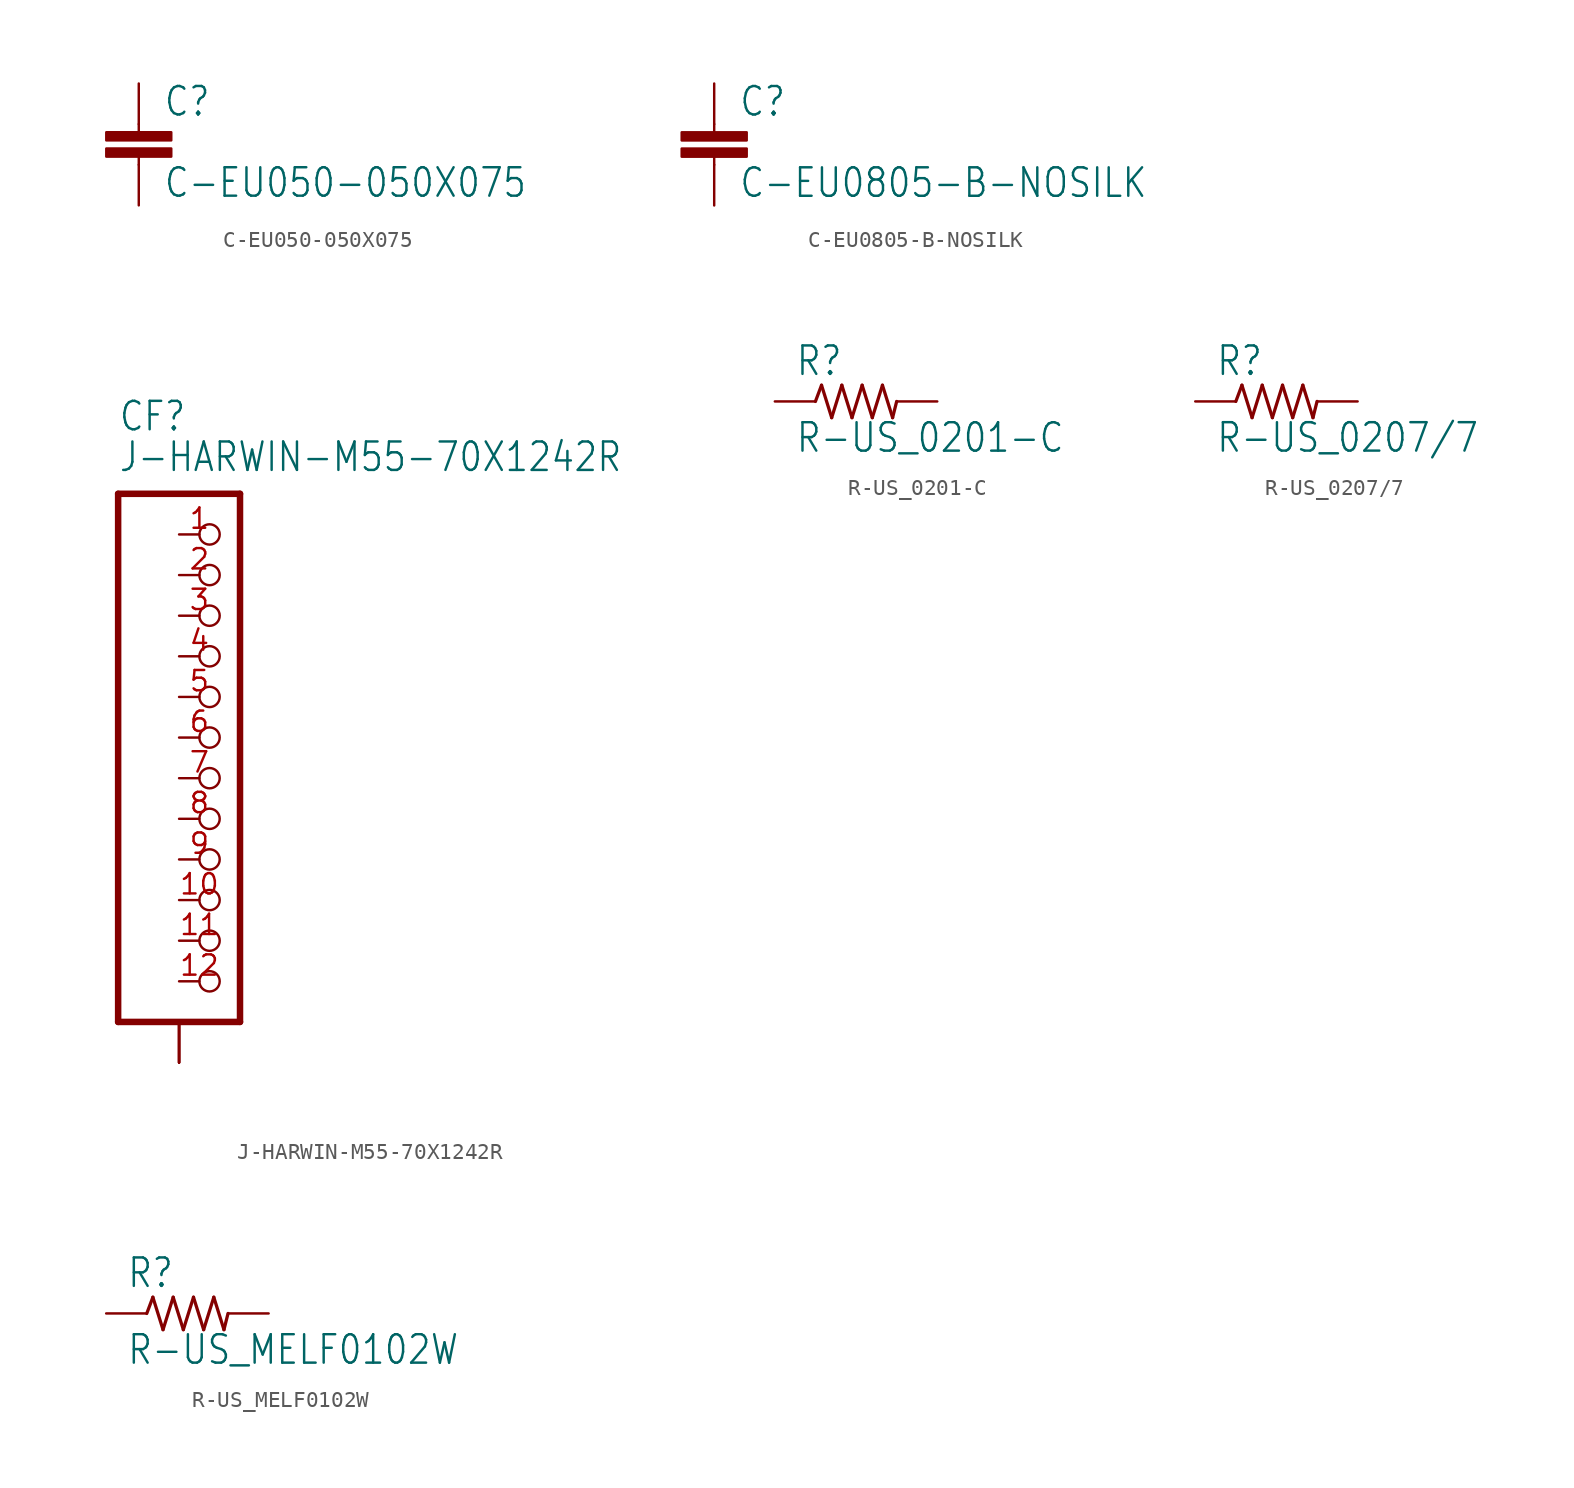
<source format=kicad_sym>
(kicad_symbol_lib
  (version 20220914)
  (generator kicad_symbol_editor)
  (symbol "C-EU050-050X075"
    (property "Reference" "C"
      (at 1.524 0.381 0)
      (effects (font (size 1.778 1.511)) (justify left bottom)))
    (property "Value" "C-EU050-050X075"
      (at 1.524 -4.699 0)
      (effects (font (size 1.778 1.511)) (justify left bottom)))
    (property "ki_locked" ""
      (at 0 0 0)
      (effects (font (size 1.27 1.27))))
    (symbol "C-EU050-050X075_1_0"
      (rectangle (start -2.032 -2.032) (end 2.032 -1.524) (stroke (width 0) (type default)) (fill (type outline)))
      (rectangle (start -2.032 -1.016) (end 2.032 -0.508) (stroke (width 0) (type default)) (fill (type outline)))
      (polyline (pts (xy 0 -2.54) (xy 0 -2.032)) (stroke (width 0.152) (type default)) (fill (type none)))
      (polyline (pts (xy 0 0) (xy 0 -0.508)) (stroke (width 0.152) (type default)) (fill (type none)))
      (pin passive line (at 0 2.54 270) (length 2.54) (name "1" (effects (font (size 0 0)))) (number "1" (effects (font (size 0 0)))))
      (pin passive line (at 0 -5.08 90) (length 2.54) (name "2" (effects (font (size 0 0)))) (number "2" (effects (font (size 0 0)))))))
  (symbol "C-EU0805-B-NOSILK"
    (property "Reference" "C"
      (at 1.524 0.381 0)
      (effects (font (size 1.778 1.511)) (justify left bottom)))
    (property "Value" "C-EU0805-B-NOSILK"
      (at 1.524 -4.699 0)
      (effects (font (size 1.778 1.511)) (justify left bottom)))
    (property "ki_locked" ""
      (at 0 0 0)
      (effects (font (size 1.27 1.27))))
    (symbol "C-EU0805-B-NOSILK_1_0"
      (rectangle (start -2.032 -2.032) (end 2.032 -1.524) (stroke (width 0) (type default)) (fill (type outline)))
      (rectangle (start -2.032 -1.016) (end 2.032 -0.508) (stroke (width 0) (type default)) (fill (type outline)))
      (polyline (pts (xy 0 -2.54) (xy 0 -2.032)) (stroke (width 0.152) (type default)) (fill (type none)))
      (polyline (pts (xy 0 0) (xy 0 -0.508)) (stroke (width 0.152) (type default)) (fill (type none)))
      (pin passive line (at 0 2.54 270) (length 2.54) (name "1" (effects (font (size 0 0)))) (number "1" (effects (font (size 0 0)))))
      (pin passive line (at 0 -5.08 90) (length 2.54) (name "2" (effects (font (size 0 0)))) (number "2" (effects (font (size 0 0)))))))
  (symbol "J-HARWIN-M55-70X1242R"
    (property "Reference" "CF"
      (at -6.35 19.05 0)
      (effects (font (size 1.778 1.511)) (justify left bottom)))
    (property "Value" "J-HARWIN-M55-70X1242R"
      (at -6.35 16.51 0)
      (effects (font (size 1.778 1.511)) (justify left bottom)))
    (property "ki_locked" ""
      (at 0 0 0)
      (effects (font (size 1.27 1.27))))
    (symbol "J-HARWIN-M55-70X1242R_1_0"
      (polyline (pts (xy -6.35 -17.78) (xy 1.27 -17.78)) (stroke (width 0.406) (type default)) (fill (type none)))
      (polyline (pts (xy -6.35 15.24) (xy -6.35 -17.78)) (stroke (width 0.406) (type default)) (fill (type none)))
      (polyline (pts (xy 1.27 -17.78) (xy 1.27 15.24)) (stroke (width 0.406) (type default)) (fill (type none)))
      (polyline (pts (xy 1.27 15.24) (xy -6.35 15.24)) (stroke (width 0.406) (type default)) (fill (type none)))
      (pin passive inverted (at -2.54 12.7 0) (length 2.54) (name "1" (effects (font (size 0 0)))) (number "1" (effects (font (size 1.27 1.27)))))
      (pin passive inverted (at -2.54 -10.16 0) (length 2.54) (name "10" (effects (font (size 0 0)))) (number "10" (effects (font (size 1.27 1.27)))))
      (pin passive inverted (at -2.54 -12.7 0) (length 2.54) (name "11" (effects (font (size 0 0)))) (number "11" (effects (font (size 1.27 1.27)))))
      (pin passive inverted (at -2.54 -15.24 0) (length 2.54) (name "12" (effects (font (size 0 0)))) (number "12" (effects (font (size 1.27 1.27)))))
      (pin passive inverted (at -2.54 10.16 0) (length 2.54) (name "2" (effects (font (size 0 0)))) (number "2" (effects (font (size 1.27 1.27)))))
      (pin passive inverted (at -2.54 7.62 0) (length 2.54) (name "3" (effects (font (size 0 0)))) (number "3" (effects (font (size 1.27 1.27)))))
      (pin passive inverted (at -2.54 5.08 0) (length 2.54) (name "4" (effects (font (size 0 0)))) (number "4" (effects (font (size 1.27 1.27)))))
      (pin passive inverted (at -2.54 2.54 0) (length 2.54) (name "5" (effects (font (size 0 0)))) (number "5" (effects (font (size 1.27 1.27)))))
      (pin passive inverted (at -2.54 0 0) (length 2.54) (name "6" (effects (font (size 0 0)))) (number "6" (effects (font (size 1.27 1.27)))))
      (pin passive inverted (at -2.54 -2.54 0) (length 2.54) (name "7" (effects (font (size 0 0)))) (number "7" (effects (font (size 1.27 1.27)))))
      (pin passive inverted (at -2.54 -5.08 0) (length 2.54) (name "8" (effects (font (size 0 0)))) (number "8" (effects (font (size 1.27 1.27)))))
      (pin passive inverted (at -2.54 -7.62 0) (length 2.54) (name "9" (effects (font (size 0 0)))) (number "9" (effects (font (size 1.27 1.27)))))
      (pin passive line (at -2.54 -20.32 90) (length 2.54) (name "SHIELDS" (effects (font (size 0 0)))) (number "P$1" (effects (font (size 0 0)))))
      (pin passive line (at -2.54 -20.32 90) (length 2.54) (name "SHIELDS" (effects (font (size 0 0)))) (number "P$2" (effects (font (size 0 0)))))
      (pin passive line (at -2.54 -20.32 90) (length 2.54) (name "SHIELDS" (effects (font (size 0 0)))) (number "P$3" (effects (font (size 0 0)))))
      (pin passive line (at -2.54 -20.32 90) (length 2.54) (name "SHIELDS" (effects (font (size 0 0)))) (number "P$4" (effects (font (size 0 0)))))))
  (symbol "R-US_0201-C"
    (property "Reference" "R"
      (at -3.81 1.499 0)
      (effects (font (size 1.778 1.511)) (justify left bottom)))
    (property "Value" "R-US_0201-C"
      (at -3.81 -3.302 0)
      (effects (font (size 1.778 1.511)) (justify left bottom)))
    (property "ki_locked" ""
      (at 0 0 0)
      (effects (font (size 1.27 1.27))))
    (symbol "R-US_0201-C_1_0"
      (polyline (pts (xy -2.54 0) (xy -2.159 1.016)) (stroke (width 0.203) (type default)) (fill (type none)))
      (polyline (pts (xy -2.159 1.016) (xy -1.524 -1.016)) (stroke (width 0.203) (type default)) (fill (type none)))
      (polyline (pts (xy -1.524 -1.016) (xy -0.889 1.016)) (stroke (width 0.203) (type default)) (fill (type none)))
      (polyline (pts (xy -0.889 1.016) (xy -0.254 -1.016)) (stroke (width 0.203) (type default)) (fill (type none)))
      (polyline (pts (xy -0.254 -1.016) (xy 0.381 1.016)) (stroke (width 0.203) (type default)) (fill (type none)))
      (polyline (pts (xy 0.381 1.016) (xy 1.016 -1.016)) (stroke (width 0.203) (type default)) (fill (type none)))
      (polyline (pts (xy 1.016 -1.016) (xy 1.651 1.016)) (stroke (width 0.203) (type default)) (fill (type none)))
      (polyline (pts (xy 1.651 1.016) (xy 2.286 -1.016)) (stroke (width 0.203) (type default)) (fill (type none)))
      (polyline (pts (xy 2.286 -1.016) (xy 2.54 0)) (stroke (width 0.203) (type default)) (fill (type none)))
      (pin passive line (at -5.08 0 0) (length 2.54) (name "1" (effects (font (size 0 0)))) (number "1" (effects (font (size 0 0)))))
      (pin passive line (at 5.08 0 180) (length 2.54) (name "2" (effects (font (size 0 0)))) (number "2" (effects (font (size 0 0)))))))
  (symbol "R-US_0207/7"
    (property "Reference" "R"
      (at -3.81 1.499 0)
      (effects (font (size 1.778 1.511)) (justify left bottom)))
    (property "Value" "R-US_0207{slash}7"
      (at -3.81 -3.302 0)
      (effects (font (size 1.778 1.511)) (justify left bottom)))
    (property "ki_locked" ""
      (at 0 0 0)
      (effects (font (size 1.27 1.27))))
    (symbol "R-US_0207/7_1_0"
      (polyline (pts (xy -2.54 0) (xy -2.159 1.016)) (stroke (width 0.203) (type default)) (fill (type none)))
      (polyline (pts (xy -2.159 1.016) (xy -1.524 -1.016)) (stroke (width 0.203) (type default)) (fill (type none)))
      (polyline (pts (xy -1.524 -1.016) (xy -0.889 1.016)) (stroke (width 0.203) (type default)) (fill (type none)))
      (polyline (pts (xy -0.889 1.016) (xy -0.254 -1.016)) (stroke (width 0.203) (type default)) (fill (type none)))
      (polyline (pts (xy -0.254 -1.016) (xy 0.381 1.016)) (stroke (width 0.203) (type default)) (fill (type none)))
      (polyline (pts (xy 0.381 1.016) (xy 1.016 -1.016)) (stroke (width 0.203) (type default)) (fill (type none)))
      (polyline (pts (xy 1.016 -1.016) (xy 1.651 1.016)) (stroke (width 0.203) (type default)) (fill (type none)))
      (polyline (pts (xy 1.651 1.016) (xy 2.286 -1.016)) (stroke (width 0.203) (type default)) (fill (type none)))
      (polyline (pts (xy 2.286 -1.016) (xy 2.54 0)) (stroke (width 0.203) (type default)) (fill (type none)))
      (pin passive line (at -5.08 0 0) (length 2.54) (name "1" (effects (font (size 0 0)))) (number "1" (effects (font (size 0 0)))))
      (pin passive line (at 5.08 0 180) (length 2.54) (name "2" (effects (font (size 0 0)))) (number "2" (effects (font (size 0 0)))))))
  (symbol "R-US_MELF0102W"
    (property "Reference" "R"
      (at -3.81 1.499 0)
      (effects (font (size 1.778 1.511)) (justify left bottom)))
    (property "Value" "R-US_MELF0102W"
      (at -3.81 -3.302 0)
      (effects (font (size 1.778 1.511)) (justify left bottom)))
    (property "ki_locked" ""
      (at 0 0 0)
      (effects (font (size 1.27 1.27))))
    (symbol "R-US_MELF0102W_1_0"
      (polyline (pts (xy -2.54 0) (xy -2.159 1.016)) (stroke (width 0.203) (type default)) (fill (type none)))
      (polyline (pts (xy -2.159 1.016) (xy -1.524 -1.016)) (stroke (width 0.203) (type default)) (fill (type none)))
      (polyline (pts (xy -1.524 -1.016) (xy -0.889 1.016)) (stroke (width 0.203) (type default)) (fill (type none)))
      (polyline (pts (xy -0.889 1.016) (xy -0.254 -1.016)) (stroke (width 0.203) (type default)) (fill (type none)))
      (polyline (pts (xy -0.254 -1.016) (xy 0.381 1.016)) (stroke (width 0.203) (type default)) (fill (type none)))
      (polyline (pts (xy 0.381 1.016) (xy 1.016 -1.016)) (stroke (width 0.203) (type default)) (fill (type none)))
      (polyline (pts (xy 1.016 -1.016) (xy 1.651 1.016)) (stroke (width 0.203) (type default)) (fill (type none)))
      (polyline (pts (xy 1.651 1.016) (xy 2.286 -1.016)) (stroke (width 0.203) (type default)) (fill (type none)))
      (polyline (pts (xy 2.286 -1.016) (xy 2.54 0)) (stroke (width 0.203) (type default)) (fill (type none)))
      (pin passive line (at -5.08 0 0) (length 2.54) (name "1" (effects (font (size 0 0)))) (number "1" (effects (font (size 0 0)))))
      (pin passive line (at 5.08 0 180) (length 2.54) (name "2" (effects (font (size 0 0)))) (number "2" (effects (font (size 0 0))))))))
</source>
